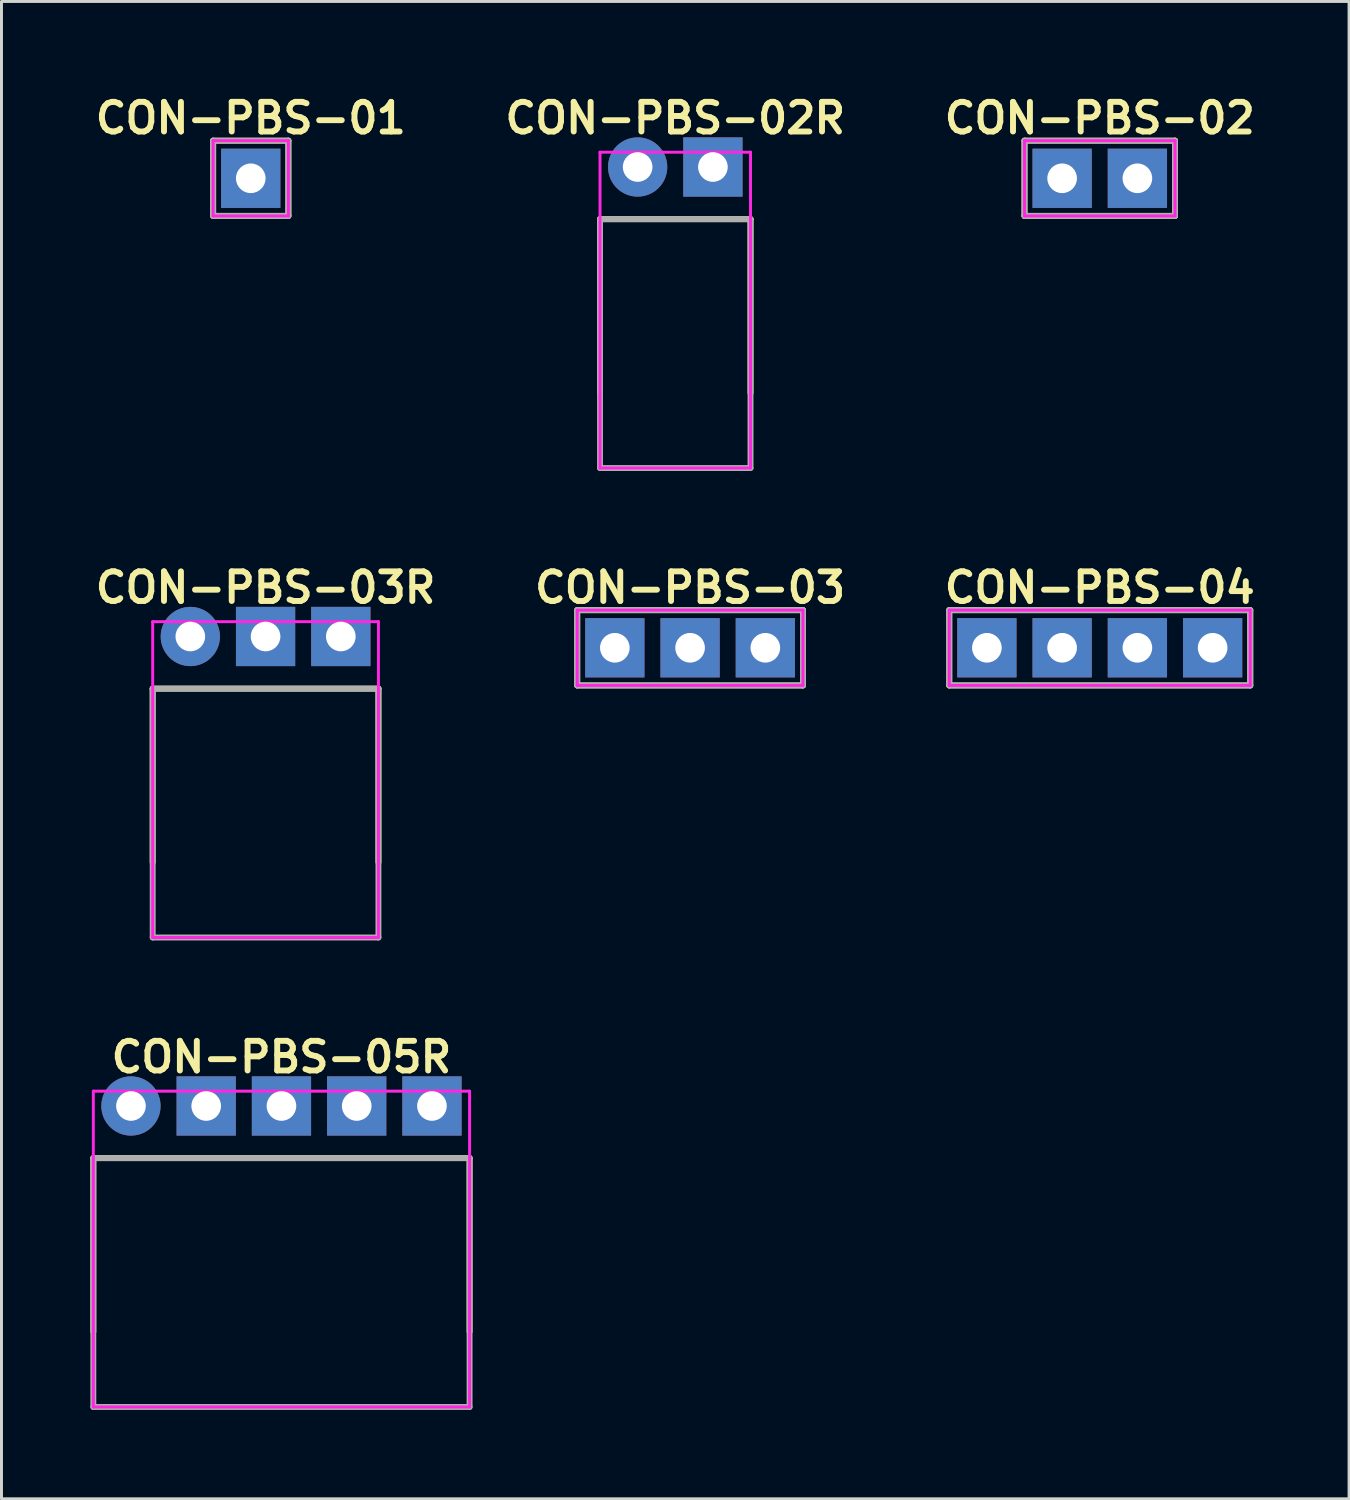
<source format=kicad_pcb>
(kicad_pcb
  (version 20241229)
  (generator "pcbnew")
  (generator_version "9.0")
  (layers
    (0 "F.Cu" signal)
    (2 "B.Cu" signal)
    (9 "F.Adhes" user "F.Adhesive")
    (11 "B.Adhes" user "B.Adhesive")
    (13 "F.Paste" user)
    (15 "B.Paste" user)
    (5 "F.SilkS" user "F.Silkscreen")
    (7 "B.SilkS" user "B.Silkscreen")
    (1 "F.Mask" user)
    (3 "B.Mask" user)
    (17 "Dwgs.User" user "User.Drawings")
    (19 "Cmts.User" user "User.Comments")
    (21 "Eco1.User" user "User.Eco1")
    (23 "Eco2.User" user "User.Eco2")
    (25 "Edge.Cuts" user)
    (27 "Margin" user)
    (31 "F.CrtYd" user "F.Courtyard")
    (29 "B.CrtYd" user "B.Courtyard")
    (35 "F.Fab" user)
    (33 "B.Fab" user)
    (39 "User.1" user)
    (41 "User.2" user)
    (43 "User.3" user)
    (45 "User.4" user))
  (footprint "CON-PBS-01"
    (layer "F.Cu")
    (at 5.414 2.968)
    (property "Reference" "CON-PBS-01" (at 0 -2.032 0) (layer "F.SilkS") (effects (font (size 1 1) (thickness 0.2))))
    (attr through_hole)
    (fp_line (start -1.27 -1.27) (end -1.27 1.27) (stroke (width 0.2) (type solid)) (layer "F.SilkS"))
    (fp_line (start -1.27 -1.27) (end 1.27 -1.27) (stroke (width 0.2) (type solid)) (layer "F.SilkS"))
    (fp_line (start -1.27 1.27) (end 1.27 1.27) (stroke (width 0.2) (type solid)) (layer "F.SilkS"))
    (fp_line (start 1.27 -1.27) (end 1.27 1.27) (stroke (width 0.2) (type solid)) (layer "F.SilkS"))
    (fp_line (start -1.27 -1.27) (end -1.27 1.27) (stroke (width 0.1) (type solid)) (layer "F.CrtYd"))
    (fp_line (start -1.27 -1.27) (end 1.27 -1.27) (stroke (width 0.1) (type solid)) (layer "F.CrtYd"))
    (fp_line (start -1.27 1.27) (end 1.27 1.27) (stroke (width 0.1) (type solid)) (layer "F.CrtYd"))
    (fp_line (start 1.27 -1.27) (end 1.27 1.27) (stroke (width 0.1) (type solid)) (layer "F.CrtYd"))
    (fp_line (start -1.27 -1.27) (end -1.27 1.27) (stroke (width 0.2) (type solid)) (layer "F.Fab"))
    (fp_line (start -1.27 -1.27) (end 1.27 -1.27) (stroke (width 0.2) (type solid)) (layer "F.Fab"))
    (fp_line (start -1.27 1.27) (end 1.27 1.27) (stroke (width 0.2) (type solid)) (layer "F.Fab"))
    (fp_line (start 1.27 -1.27) (end 1.27 1.27) (stroke (width 0.2) (type solid)) (layer "F.Fab"))
    (pad "1" thru_hole rect (at 0 0) (size 2 2) (drill 1) (layers "B.Cu" "B.Mask")))
  (footprint "CON-PBS-02R"
    (layer "F.Cu")
    (at 19.743 2.587)
    (property "Reference" "CON-PBS-02R" (at 0 -1.651 0) (layer "F.SilkS") (effects (font (size 1 1) (thickness 0.2))))
    (attr through_hole)
    (fp_line (start -2.54 1.76) (end -2.54 7.62) (stroke (width 0.2) (type solid)) (layer "F.SilkS"))
    (fp_line (start -2.54 1.76) (end 2.54 1.76) (stroke (width 0.2) (type solid)) (layer "F.SilkS"))
    (fp_line (start 2.54 1.76) (end 2.54 7.62) (stroke (width 0.2) (type solid)) (layer "F.SilkS"))
    (fp_line (start -2.54 -0.5) (end -2.54 10.16) (stroke (width 0.1) (type solid)) (layer "F.CrtYd"))
    (fp_line (start -2.54 -0.5) (end 2.54 -0.5) (stroke (width 0.1) (type solid)) (layer "F.CrtYd"))
    (fp_line (start -2.54 10.16) (end 2.54 10.16) (stroke (width 0.1) (type solid)) (layer "F.CrtYd"))
    (fp_line (start 2.54 -0.5) (end 2.54 10.16) (stroke (width 0.1) (type solid)) (layer "F.CrtYd"))
    (fp_line (start -2.54 1.76) (end -2.54 10.16) (stroke (width 0.2) (type solid)) (layer "F.Fab"))
    (fp_line (start -2.54 1.76) (end 2.54 1.76) (stroke (width 0.2) (type solid)) (layer "F.Fab"))
    (fp_line (start -2.54 10.16) (end 2.54 10.16) (stroke (width 0.2) (type solid)) (layer "F.Fab"))
    (fp_line (start 2.54 1.76) (end 2.54 10.16) (stroke (width 0.2) (type solid)) (layer "F.Fab"))
    (pad "1" thru_hole circle (at -1.27 0) (size 2 2) (drill 1) (layers "*.Cu" "*.Mask"))
    (pad "2" thru_hole rect (at 1.27 0) (size 2 2) (drill 1) (layers "*.Cu" "*.Mask")))
  (footprint "CON-PBS-05R"
    (layer "F.Cu")
    (at 6.45 34.281)
    (property "Reference" "CON-PBS-05R" (at 0 -1.651 0) (layer "F.SilkS") (effects (font (size 1 1) (thickness 0.2))))
    (attr through_hole)
    (fp_line (start -6.35 1.76) (end -6.35 7.62) (stroke (width 0.2) (type solid)) (layer "F.SilkS"))
    (fp_line (start -6.35 1.76) (end 6.35 1.76) (stroke (width 0.2) (type solid)) (layer "F.SilkS"))
    (fp_line (start 6.35 1.76) (end 6.35 7.62) (stroke (width 0.2) (type solid)) (layer "F.SilkS"))
    (fp_line (start -6.35 -0.5) (end -6.35 10.16) (stroke (width 0.1) (type solid)) (layer "F.CrtYd"))
    (fp_line (start -6.35 -0.5) (end 6.35 -0.5) (stroke (width 0.1) (type solid)) (layer "F.CrtYd"))
    (fp_line (start -6.35 10.16) (end 6.35 10.16) (stroke (width 0.1) (type solid)) (layer "F.CrtYd"))
    (fp_line (start 6.35 -0.5) (end 6.35 10.16) (stroke (width 0.1) (type solid)) (layer "F.CrtYd"))
    (fp_line (start -6.35 1.76) (end -6.35 10.16) (stroke (width 0.2) (type solid)) (layer "F.Fab"))
    (fp_line (start -6.35 1.76) (end 6.35 1.76) (stroke (width 0.2) (type solid)) (layer "F.Fab"))
    (fp_line (start -6.35 10.16) (end 6.35 10.16) (stroke (width 0.2) (type solid)) (layer "F.Fab"))
    (fp_line (start 6.35 1.76) (end 6.35 10.16) (stroke (width 0.2) (type solid)) (layer "F.Fab"))
    (pad "1" thru_hole circle (at -5.08 0) (size 2 2) (drill 1) (layers "*.Cu" "*.Mask"))
    (pad "2" thru_hole rect (at -2.54 0) (size 2 2) (drill 1) (layers "*.Cu" "*.Mask"))
    (pad "3" thru_hole rect (at 0 0) (size 2 2) (drill 1) (layers "*.Cu" "*.Mask"))
    (pad "4" thru_hole rect (at 2.54 0) (size 2 2) (drill 1) (layers "*.Cu" "*.Mask"))
    (pad "5" thru_hole rect (at 5.08 0) (size 2 2) (drill 1) (layers "*.Cu" "*.Mask")))
  (footprint "CON-PBS-02"
    (layer "F.Cu")
    (at 34.071 2.968)
    (property "Reference" "CON-PBS-02" (at 0 -2.032 0) (layer "F.SilkS") (effects (font (size 1 1) (thickness 0.2))))
    (attr through_hole)
    (fp_line (start -2.54 -1.27) (end -2.54 1.27) (stroke (width 0.2) (type solid)) (layer "F.SilkS"))
    (fp_line (start -2.54 -1.27) (end 2.54 -1.27) (stroke (width 0.2) (type solid)) (layer "F.SilkS"))
    (fp_line (start -2.54 1.27) (end 2.54 1.27) (stroke (width 0.2) (type solid)) (layer "F.SilkS"))
    (fp_line (start 2.54 -1.27) (end 2.54 1.27) (stroke (width 0.2) (type solid)) (layer "F.SilkS"))
    (fp_line (start -2.54 -1.27) (end -2.54 1.27) (stroke (width 0.1) (type solid)) (layer "F.CrtYd"))
    (fp_line (start -2.54 -1.27) (end 2.54 -1.27) (stroke (width 0.1) (type solid)) (layer "F.CrtYd"))
    (fp_line (start -2.54 1.27) (end 2.54 1.27) (stroke (width 0.1) (type solid)) (layer "F.CrtYd"))
    (fp_line (start 2.54 -1.27) (end 2.54 1.27) (stroke (width 0.1) (type solid)) (layer "F.CrtYd"))
    (fp_line (start -2.54 -1.27) (end -2.54 1.27) (stroke (width 0.2) (type solid)) (layer "F.Fab"))
    (fp_line (start -2.54 -1.27) (end 2.54 -1.27) (stroke (width 0.2) (type solid)) (layer "F.Fab"))
    (fp_line (start -2.54 1.27) (end 2.54 1.27) (stroke (width 0.2) (type solid)) (layer "F.Fab"))
    (fp_line (start 2.54 -1.27) (end 2.54 1.27) (stroke (width 0.2) (type solid)) (layer "F.Fab"))
    (pad "1" thru_hole rect (at -1.27 0) (size 2 2) (drill 1) (layers "B.Cu" "B.Mask"))
    (pad "2" thru_hole rect (at 1.27 0) (size 2 2) (drill 1) (layers "B.Cu" "B.Mask")))
  (footprint "CON-PBS-04"
    (layer "F.Cu")
    (at 34.071 18.815)
    (property "Reference" "CON-PBS-04" (at 0 -2.032 0) (layer "F.SilkS") (effects (font (size 1 1) (thickness 0.2))))
    (attr through_hole)
    (fp_line (start -5.08 -1.27) (end -5.08 1.27) (stroke (width 0.2) (type solid)) (layer "F.SilkS"))
    (fp_line (start -5.08 -1.27) (end 5.08 -1.27) (stroke (width 0.2) (type solid)) (layer "F.SilkS"))
    (fp_line (start -5.08 1.27) (end 5.08 1.27) (stroke (width 0.2) (type solid)) (layer "F.SilkS"))
    (fp_line (start 5.08 -1.27) (end 5.08 1.27) (stroke (width 0.2) (type solid)) (layer "F.SilkS"))
    (fp_line (start -5.08 -1.27) (end -5.08 1.27) (stroke (width 0.1) (type solid)) (layer "F.CrtYd"))
    (fp_line (start -5.08 -1.27) (end 5.08 -1.27) (stroke (width 0.1) (type solid)) (layer "F.CrtYd"))
    (fp_line (start -5.08 1.27) (end 5.08 1.27) (stroke (width 0.1) (type solid)) (layer "F.CrtYd"))
    (fp_line (start 5.08 -1.27) (end 5.08 1.27) (stroke (width 0.1) (type solid)) (layer "F.CrtYd"))
    (fp_line (start -5.08 -1.27) (end -5.08 1.27) (stroke (width 0.2) (type solid)) (layer "F.Fab"))
    (fp_line (start -5.08 -1.27) (end 5.08 -1.27) (stroke (width 0.2) (type solid)) (layer "F.Fab"))
    (fp_line (start -5.08 1.27) (end 5.08 1.27) (stroke (width 0.2) (type solid)) (layer "F.Fab"))
    (fp_line (start 5.08 -1.27) (end 5.08 1.27) (stroke (width 0.2) (type solid)) (layer "F.Fab"))
    (pad "1" thru_hole rect (at -3.81 0) (size 2 2) (drill 1) (layers "B.Cu" "B.Mask"))
    (pad "2" thru_hole rect (at -1.27 0) (size 2 2) (drill 1) (layers "B.Cu" "B.Mask"))
    (pad "3" thru_hole rect (at 1.27 0) (size 2 2) (drill 1) (layers "B.Cu" "B.Mask"))
    (pad "4" thru_hole rect (at 3.81 0) (size 2 2) (drill 1) (layers "B.Cu" "B.Mask")))
  (footprint "CON-PBS-03"
    (layer "F.Cu")
    (at 20.243 18.815)
    (property "Reference" "CON-PBS-03" (at 0 -2.032 0) (layer "F.SilkS") (effects (font (size 1 1) (thickness 0.2))))
    (attr through_hole)
    (fp_line (start -3.81 -1.27) (end -3.81 1.27) (stroke (width 0.2) (type solid)) (layer "F.SilkS"))
    (fp_line (start -3.81 -1.27) (end 3.81 -1.27) (stroke (width 0.2) (type solid)) (layer "F.SilkS"))
    (fp_line (start -3.81 1.27) (end 3.81 1.27) (stroke (width 0.2) (type solid)) (layer "F.SilkS"))
    (fp_line (start 3.81 -1.27) (end 3.81 1.27) (stroke (width 0.2) (type solid)) (layer "F.SilkS"))
    (fp_line (start -3.81 -1.27) (end -3.81 1.27) (stroke (width 0.1) (type solid)) (layer "F.CrtYd"))
    (fp_line (start -3.81 -1.27) (end 3.81 -1.27) (stroke (width 0.1) (type solid)) (layer "F.CrtYd"))
    (fp_line (start -3.81 1.27) (end 3.81 1.27) (stroke (width 0.1) (type solid)) (layer "F.CrtYd"))
    (fp_line (start 3.81 -1.27) (end 3.81 1.27) (stroke (width 0.1) (type solid)) (layer "F.CrtYd"))
    (fp_line (start -3.81 -1.27) (end -3.81 1.27) (stroke (width 0.2) (type solid)) (layer "F.Fab"))
    (fp_line (start -3.81 -1.27) (end 3.81 -1.27) (stroke (width 0.2) (type solid)) (layer "F.Fab"))
    (fp_line (start -3.81 1.27) (end 3.81 1.27) (stroke (width 0.2) (type solid)) (layer "F.Fab"))
    (fp_line (start 3.81 -1.27) (end 3.81 1.27) (stroke (width 0.2) (type solid)) (layer "F.Fab"))
    (pad "1" thru_hole rect (at -2.54 0) (size 2 2) (drill 1) (layers "B.Cu" "B.Mask"))
    (pad "2" thru_hole rect (at 0 0) (size 2 2) (drill 1) (layers "B.Cu" "B.Mask"))
    (pad "3" thru_hole rect (at 2.54 0) (size 2 2) (drill 1) (layers "B.Cu" "B.Mask")))
  (footprint "CON-PBS-03R"
    (layer "F.Cu")
    (at 5.914 18.434)
    (property "Reference" "CON-PBS-03R" (at 0 -1.651 0) (layer "F.SilkS") (effects (font (size 1 1) (thickness 0.2))))
    (attr through_hole)
    (fp_line (start -3.81 1.76) (end -3.81 7.62) (stroke (width 0.2) (type solid)) (layer "F.SilkS"))
    (fp_line (start -3.81 1.76) (end 3.81 1.76) (stroke (width 0.2) (type solid)) (layer "F.SilkS"))
    (fp_line (start 3.81 1.76) (end 3.81 7.62) (stroke (width 0.2) (type solid)) (layer "F.SilkS"))
    (fp_line (start -3.81 -0.5) (end -3.81 10.16) (stroke (width 0.1) (type solid)) (layer "F.CrtYd"))
    (fp_line (start -3.81 -0.5) (end 3.81 -0.5) (stroke (width 0.1) (type solid)) (layer "F.CrtYd"))
    (fp_line (start -3.81 10.16) (end 3.81 10.16) (stroke (width 0.1) (type solid)) (layer "F.CrtYd"))
    (fp_line (start 3.81 -0.5) (end 3.81 10.16) (stroke (width 0.1) (type solid)) (layer "F.CrtYd"))
    (fp_line (start -3.81 1.76) (end -3.81 10.16) (stroke (width 0.2) (type solid)) (layer "F.Fab"))
    (fp_line (start -3.81 1.76) (end 3.81 1.76) (stroke (width 0.2) (type solid)) (layer "F.Fab"))
    (fp_line (start -3.81 10.16) (end 3.81 10.16) (stroke (width 0.2) (type solid)) (layer "F.Fab"))
    (fp_line (start 3.81 1.76) (end 3.81 10.16) (stroke (width 0.2) (type solid)) (layer "F.Fab"))
    (pad "1" thru_hole circle (at -2.54 0) (size 2 2) (drill 1) (layers "*.Cu" "*.Mask"))
    (pad "2" thru_hole rect (at 0 0) (size 2 2) (drill 1) (layers "*.Cu" "*.Mask"))
    (pad "3" thru_hole rect (at 2.54 0) (size 2 2) (drill 1) (layers "*.Cu" "*.Mask")))
  (gr_rect
    (start -3 -3)
    (end 42.486 47.541)
    (stroke (width 0.1) (type default))
    (fill no)
    (layer "Edge.Cuts")))
</source>
